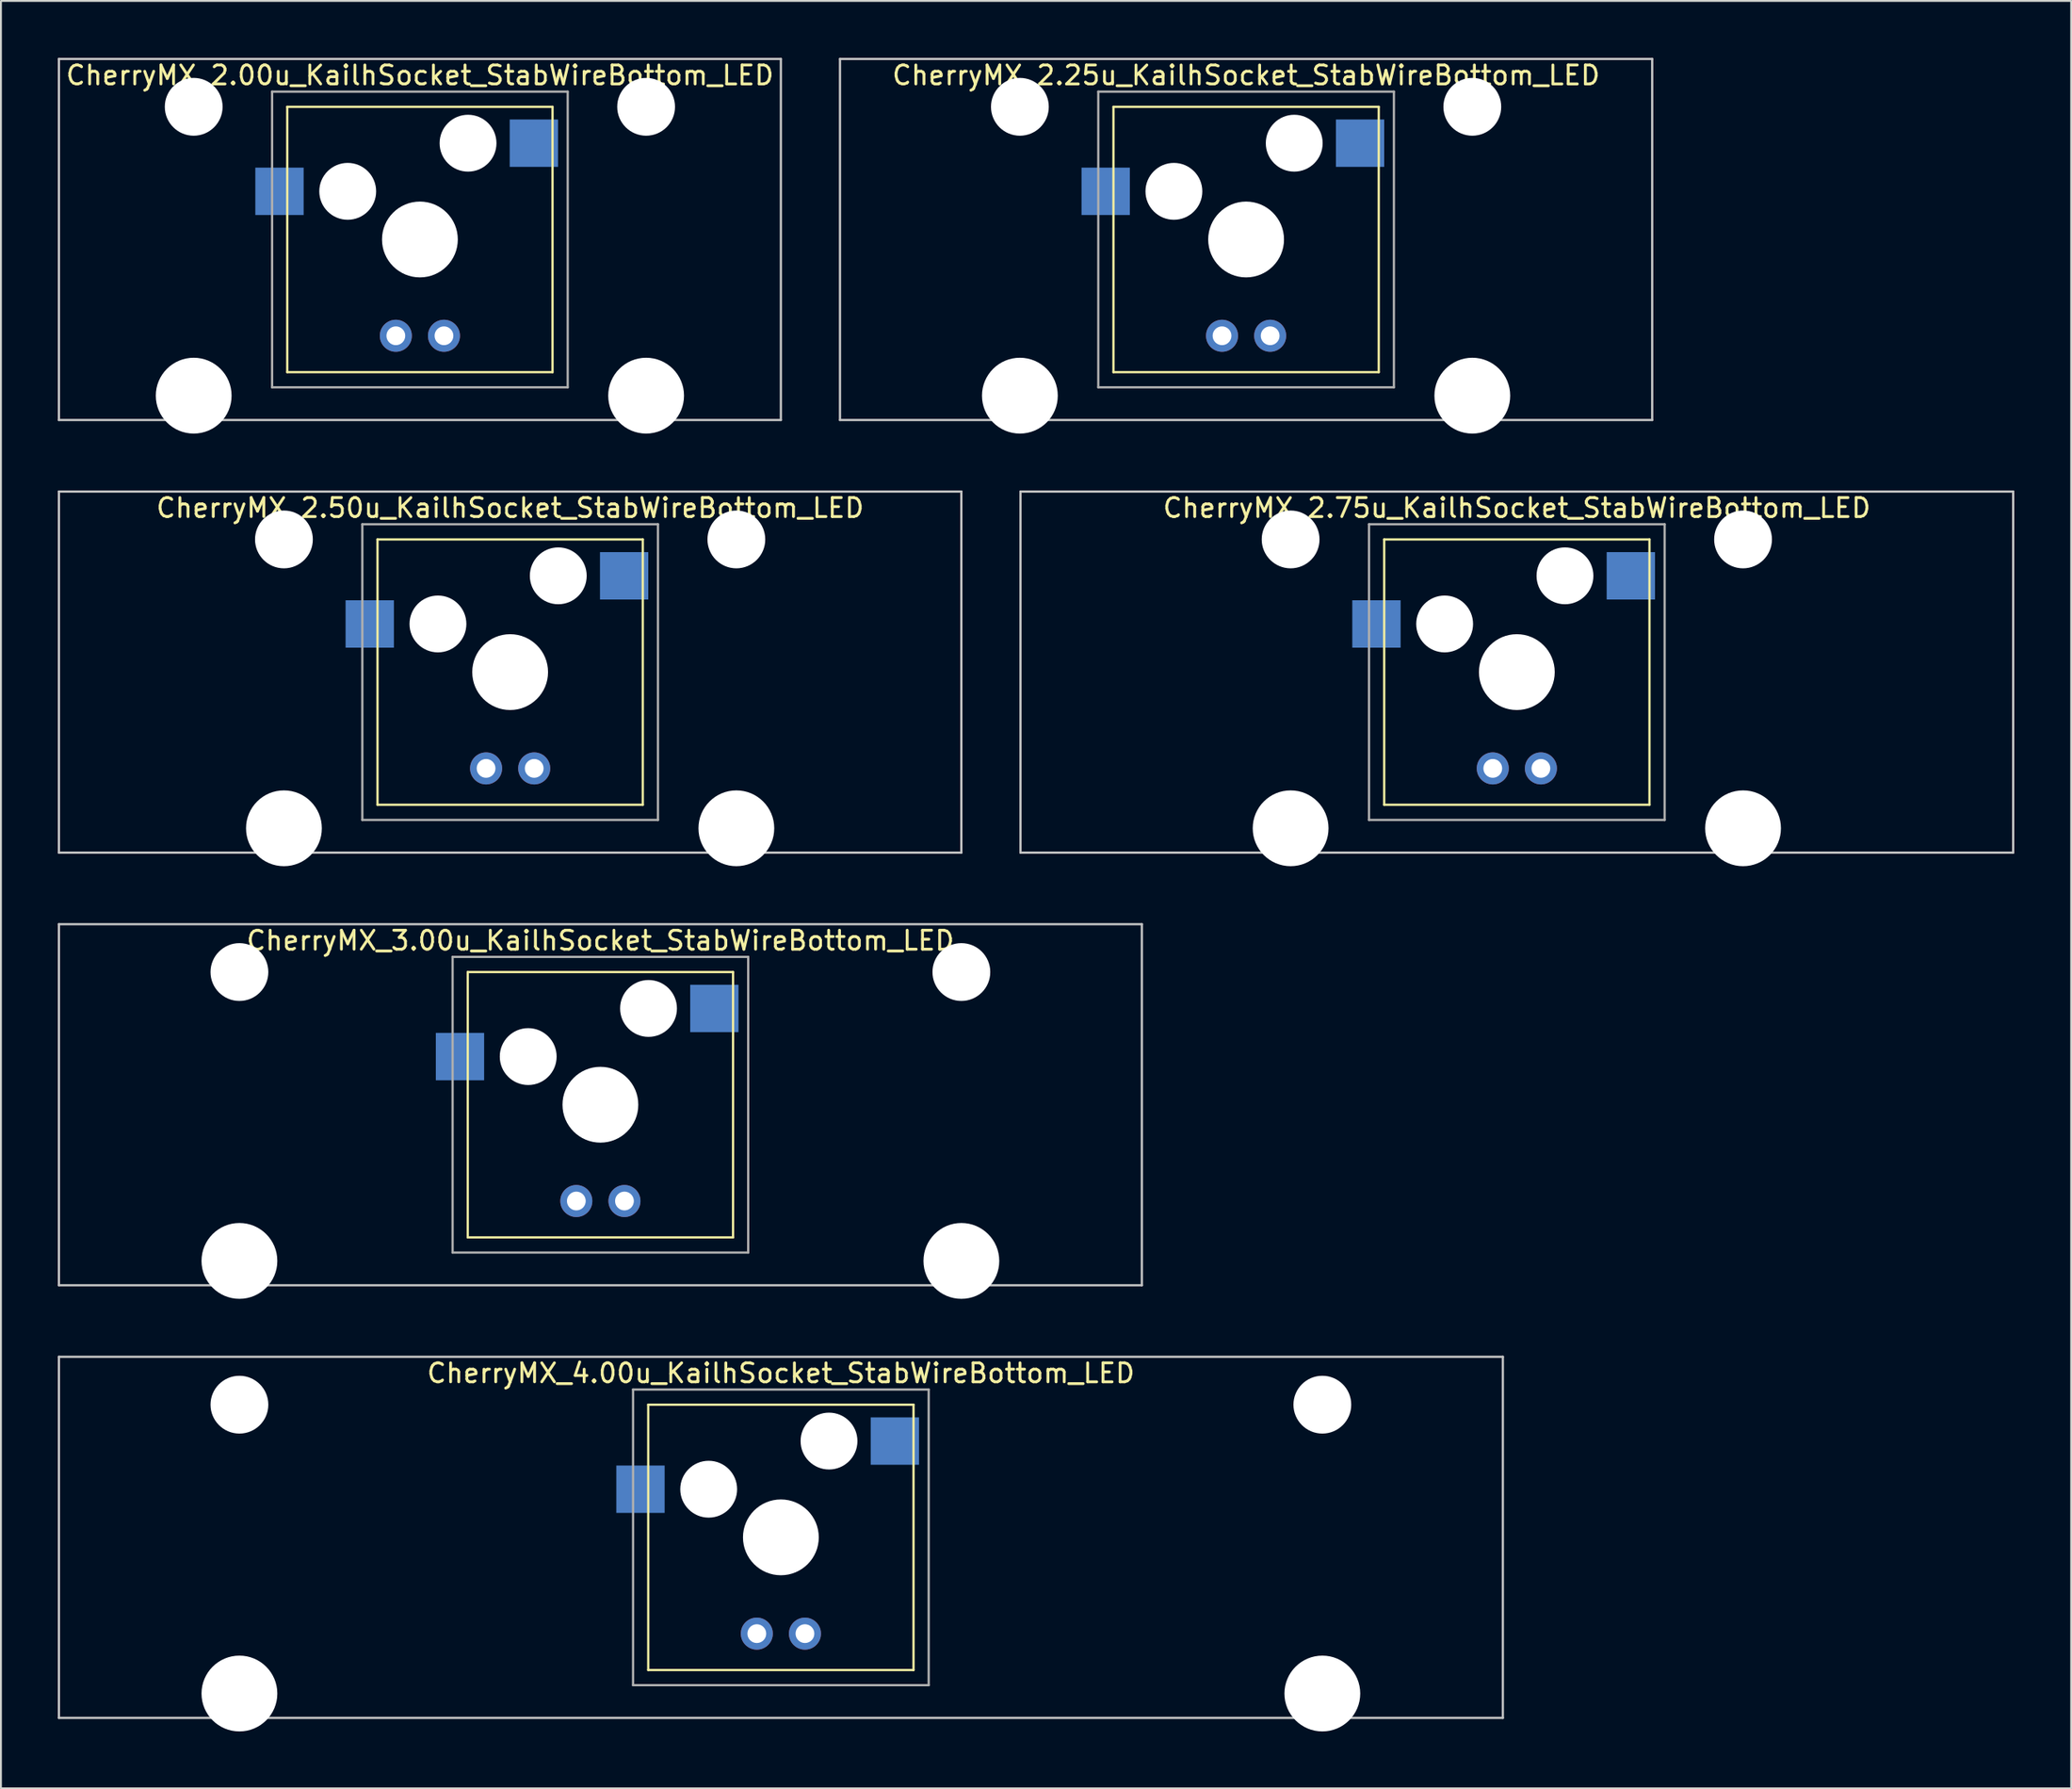
<source format=kicad_pcb>
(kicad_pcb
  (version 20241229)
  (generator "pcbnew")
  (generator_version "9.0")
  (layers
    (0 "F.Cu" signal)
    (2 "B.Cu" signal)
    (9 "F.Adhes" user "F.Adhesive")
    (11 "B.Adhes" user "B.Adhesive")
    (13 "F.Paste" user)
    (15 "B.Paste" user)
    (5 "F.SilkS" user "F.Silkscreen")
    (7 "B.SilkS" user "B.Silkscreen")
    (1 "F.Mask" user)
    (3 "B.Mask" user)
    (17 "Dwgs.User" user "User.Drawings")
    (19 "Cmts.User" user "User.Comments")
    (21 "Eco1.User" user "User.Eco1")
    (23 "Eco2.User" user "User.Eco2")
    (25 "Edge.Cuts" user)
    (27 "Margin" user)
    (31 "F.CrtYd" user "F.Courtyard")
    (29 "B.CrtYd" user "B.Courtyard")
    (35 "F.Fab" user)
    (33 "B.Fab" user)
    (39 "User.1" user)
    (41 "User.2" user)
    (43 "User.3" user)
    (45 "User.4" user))
  (footprint "CherryMX_3.00u_KailhSocket_StabWireBottom_LED"
    (layer "F.Cu")
    (at 28.635 55.235)
    (property "Reference" "CherryMX_3.00u_KailhSocket_StabWireBottom_LED" (at 0 -8.662 0) (layer "F.SilkS") (effects (font (size 1 1) (thickness 0.15))))
    (attr through_hole)
    (fp_line (start -7 -7) (end -7 7) (stroke (width 0.12) (type solid)) (layer "F.SilkS"))
    (fp_line (start -7 -7) (end 7 -7) (stroke (width 0.12) (type solid)) (layer "F.SilkS"))
    (fp_line (start 7 -7) (end 7 7) (stroke (width 0.12) (type solid)) (layer "F.SilkS"))
    (fp_line (start 7 7) (end -7 7) (stroke (width 0.12) (type solid)) (layer "F.SilkS"))
    (fp_line (start -28.575 -9.525) (end 28.575 -9.525) (stroke (width 0.12) (type solid)) (layer "Dwgs.User"))
    (fp_line (start -28.575 9.525) (end -28.575 -9.525) (stroke (width 0.12) (type solid)) (layer "Dwgs.User"))
    (fp_line (start 28.575 -9.525) (end 28.575 9.525) (stroke (width 0.12) (type solid)) (layer "Dwgs.User"))
    (fp_line (start 28.575 9.525) (end -28.575 9.525) (stroke (width 0.12) (type solid)) (layer "Dwgs.User"))
    (fp_line (start -7.8 -7.8) (end -7.8 7.8) (stroke (width 0.12) (type solid)) (layer "F.Fab"))
    (fp_line (start -7.8 -7.8) (end 7.8 -7.8) (stroke (width 0.12) (type solid)) (layer "F.Fab"))
    (fp_line (start -7.8 7.8) (end 7.8 7.8) (stroke (width 0.12) (type solid)) (layer "F.Fab"))
    (fp_line (start 7.8 -7.8) (end 7.8 7.8) (stroke (width 0.12) (type solid)) (layer "F.Fab"))
    (pad "" np_thru_hole circle (at -19.05 -7) (size 3.05 3.05) (drill 3.05) (layers "*.Cu" "*.Mask"))
    (pad "" np_thru_hole circle (at -19.05 8.24) (size 4 4) (drill 4) (layers "*.Cu" "*.Mask"))
    (pad "" np_thru_hole circle (at -3.81 -2.54) (size 3 3) (drill 3) (layers "*.Cu" "*.Mask"))
    (pad "" np_thru_hole circle (at 0 0) (size 4 4) (drill 4) (layers "*.Cu" "*.Mask"))
    (pad "" np_thru_hole circle (at 2.54 -5.08) (size 3 3) (drill 3) (layers "*.Cu" "*.Mask"))
    (pad "" np_thru_hole circle (at 19.05 -7) (size 3.05 3.05) (drill 3.05) (layers "*.Cu" "*.Mask"))
    (pad "" np_thru_hole circle (at 19.05 8.24) (size 4 4) (drill 4) (layers "*.Cu" "*.Mask"))
    (pad "1" smd rect (at -7.41 -2.54) (size 2.55 2.5) (layers "B.Cu" "B.Mask" "B.Paste"))
    (pad "2" smd rect (at 6.015 -5.08) (size 2.55 2.5) (layers "B.Cu" "B.Mask" "B.Paste"))
    (pad "3" thru_hole circle (at -1.27 5.08) (size 1.691 1.691) (drill 0.991) (layers "*.Cu" "*.Mask"))
    (pad "4" thru_hole circle (at 1.27 5.08) (size 1.691 1.691) (drill 0.991) (layers "*.Cu" "*.Mask")))
  (footprint "CherryMX_2.25u_KailhSocket_StabWireBottom_LED"
    (layer "F.Cu")
    (at 62.711 9.585)
    (property "Reference" "CherryMX_2.25u_KailhSocket_StabWireBottom_LED" (at 0 -8.662 0) (layer "F.SilkS") (effects (font (size 1 1) (thickness 0.15))))
    (attr through_hole)
    (fp_line (start -7 -7) (end -7 7) (stroke (width 0.12) (type solid)) (layer "F.SilkS"))
    (fp_line (start -7 -7) (end 7 -7) (stroke (width 0.12) (type solid)) (layer "F.SilkS"))
    (fp_line (start 7 -7) (end 7 7) (stroke (width 0.12) (type solid)) (layer "F.SilkS"))
    (fp_line (start 7 7) (end -7 7) (stroke (width 0.12) (type solid)) (layer "F.SilkS"))
    (fp_line (start -21.431 -9.525) (end 21.431 -9.525) (stroke (width 0.12) (type solid)) (layer "Dwgs.User"))
    (fp_line (start -21.431 9.525) (end -21.431 -9.525) (stroke (width 0.12) (type solid)) (layer "Dwgs.User"))
    (fp_line (start 21.431 -9.525) (end 21.431 9.525) (stroke (width 0.12) (type solid)) (layer "Dwgs.User"))
    (fp_line (start 21.431 9.525) (end -21.431 9.525) (stroke (width 0.12) (type solid)) (layer "Dwgs.User"))
    (fp_line (start -7.8 -7.8) (end -7.8 7.8) (stroke (width 0.12) (type solid)) (layer "F.Fab"))
    (fp_line (start -7.8 -7.8) (end 7.8 -7.8) (stroke (width 0.12) (type solid)) (layer "F.Fab"))
    (fp_line (start -7.8 7.8) (end 7.8 7.8) (stroke (width 0.12) (type solid)) (layer "F.Fab"))
    (fp_line (start 7.8 -7.8) (end 7.8 7.8) (stroke (width 0.12) (type solid)) (layer "F.Fab"))
    (pad "" np_thru_hole circle (at -11.938 -7) (size 3.05 3.05) (drill 3.05) (layers "*.Cu" "*.Mask"))
    (pad "" np_thru_hole circle (at -11.938 8.24) (size 4 4) (drill 4) (layers "*.Cu" "*.Mask"))
    (pad "" np_thru_hole circle (at -3.81 -2.54) (size 3 3) (drill 3) (layers "*.Cu" "*.Mask"))
    (pad "" np_thru_hole circle (at 0 0) (size 4 4) (drill 4) (layers "*.Cu" "*.Mask"))
    (pad "" np_thru_hole circle (at 2.54 -5.08) (size 3 3) (drill 3) (layers "*.Cu" "*.Mask"))
    (pad "" np_thru_hole circle (at 11.938 -7) (size 3.05 3.05) (drill 3.05) (layers "*.Cu" "*.Mask"))
    (pad "" np_thru_hole circle (at 11.938 8.24) (size 4 4) (drill 4) (layers "*.Cu" "*.Mask"))
    (pad "1" smd rect (at -7.41 -2.54) (size 2.55 2.5) (layers "B.Cu" "B.Mask" "B.Paste"))
    (pad "2" smd rect (at 6.015 -5.08) (size 2.55 2.5) (layers "B.Cu" "B.Mask" "B.Paste"))
    (pad "3" thru_hole circle (at -1.27 5.08) (size 1.691 1.691) (drill 0.991) (layers "*.Cu" "*.Mask"))
    (pad "4" thru_hole circle (at 1.27 5.08) (size 1.691 1.691) (drill 0.991) (layers "*.Cu" "*.Mask")))
  (footprint "CherryMX_4.00u_KailhSocket_StabWireBottom_LED"
    (layer "F.Cu")
    (at 38.16 78.06)
    (property "Reference" "CherryMX_4.00u_KailhSocket_StabWireBottom_LED" (at 0 -8.662 0) (layer "F.SilkS") (effects (font (size 1 1) (thickness 0.15))))
    (attr through_hole)
    (fp_line (start -7 -7) (end -7 7) (stroke (width 0.12) (type solid)) (layer "F.SilkS"))
    (fp_line (start -7 -7) (end 7 -7) (stroke (width 0.12) (type solid)) (layer "F.SilkS"))
    (fp_line (start 7 -7) (end 7 7) (stroke (width 0.12) (type solid)) (layer "F.SilkS"))
    (fp_line (start 7 7) (end -7 7) (stroke (width 0.12) (type solid)) (layer "F.SilkS"))
    (fp_line (start -38.1 -9.525) (end 38.1 -9.525) (stroke (width 0.12) (type solid)) (layer "Dwgs.User"))
    (fp_line (start -38.1 9.525) (end -38.1 -9.525) (stroke (width 0.12) (type solid)) (layer "Dwgs.User"))
    (fp_line (start 38.1 -9.525) (end 38.1 9.525) (stroke (width 0.12) (type solid)) (layer "Dwgs.User"))
    (fp_line (start 38.1 9.525) (end -38.1 9.525) (stroke (width 0.12) (type solid)) (layer "Dwgs.User"))
    (fp_line (start -7.8 -7.8) (end -7.8 7.8) (stroke (width 0.12) (type solid)) (layer "F.Fab"))
    (fp_line (start -7.8 -7.8) (end 7.8 -7.8) (stroke (width 0.12) (type solid)) (layer "F.Fab"))
    (fp_line (start -7.8 7.8) (end 7.8 7.8) (stroke (width 0.12) (type solid)) (layer "F.Fab"))
    (fp_line (start 7.8 -7.8) (end 7.8 7.8) (stroke (width 0.12) (type solid)) (layer "F.Fab"))
    (pad "" np_thru_hole circle (at -28.575 -7) (size 3.05 3.05) (drill 3.05) (layers "*.Cu" "*.Mask"))
    (pad "" np_thru_hole circle (at -28.575 8.24) (size 4 4) (drill 4) (layers "*.Cu" "*.Mask"))
    (pad "" np_thru_hole circle (at -3.81 -2.54) (size 3 3) (drill 3) (layers "*.Cu" "*.Mask"))
    (pad "" np_thru_hole circle (at 0 0) (size 4 4) (drill 4) (layers "*.Cu" "*.Mask"))
    (pad "" np_thru_hole circle (at 2.54 -5.08) (size 3 3) (drill 3) (layers "*.Cu" "*.Mask"))
    (pad "" np_thru_hole circle (at 28.575 -7) (size 3.05 3.05) (drill 3.05) (layers "*.Cu" "*.Mask"))
    (pad "" np_thru_hole circle (at 28.575 8.24) (size 4 4) (drill 4) (layers "*.Cu" "*.Mask"))
    (pad "1" smd rect (at -7.41 -2.54) (size 2.55 2.5) (layers "B.Cu" "B.Mask" "B.Paste"))
    (pad "2" smd rect (at 6.015 -5.08) (size 2.55 2.5) (layers "B.Cu" "B.Mask" "B.Paste"))
    (pad "3" thru_hole circle (at -1.27 5.08) (size 1.691 1.691) (drill 0.991) (layers "*.Cu" "*.Mask"))
    (pad "4" thru_hole circle (at 1.27 5.08) (size 1.691 1.691) (drill 0.991) (layers "*.Cu" "*.Mask")))
  (footprint "CherryMX_2.50u_KailhSocket_StabWireBottom_LED"
    (layer "F.Cu")
    (at 23.872 32.41)
    (property "Reference" "CherryMX_2.50u_KailhSocket_StabWireBottom_LED" (at 0 -8.662 0) (layer "F.SilkS") (effects (font (size 1 1) (thickness 0.15))))
    (attr through_hole)
    (fp_line (start -7 -7) (end -7 7) (stroke (width 0.12) (type solid)) (layer "F.SilkS"))
    (fp_line (start -7 -7) (end 7 -7) (stroke (width 0.12) (type solid)) (layer "F.SilkS"))
    (fp_line (start 7 -7) (end 7 7) (stroke (width 0.12) (type solid)) (layer "F.SilkS"))
    (fp_line (start 7 7) (end -7 7) (stroke (width 0.12) (type solid)) (layer "F.SilkS"))
    (fp_line (start -23.812 -9.525) (end 23.812 -9.525) (stroke (width 0.12) (type solid)) (layer "Dwgs.User"))
    (fp_line (start -23.812 9.525) (end -23.812 -9.525) (stroke (width 0.12) (type solid)) (layer "Dwgs.User"))
    (fp_line (start 23.812 -9.525) (end 23.812 9.525) (stroke (width 0.12) (type solid)) (layer "Dwgs.User"))
    (fp_line (start 23.812 9.525) (end -23.812 9.525) (stroke (width 0.12) (type solid)) (layer "Dwgs.User"))
    (fp_line (start -7.8 -7.8) (end -7.8 7.8) (stroke (width 0.12) (type solid)) (layer "F.Fab"))
    (fp_line (start -7.8 -7.8) (end 7.8 -7.8) (stroke (width 0.12) (type solid)) (layer "F.Fab"))
    (fp_line (start -7.8 7.8) (end 7.8 7.8) (stroke (width 0.12) (type solid)) (layer "F.Fab"))
    (fp_line (start 7.8 -7.8) (end 7.8 7.8) (stroke (width 0.12) (type solid)) (layer "F.Fab"))
    (pad "" np_thru_hole circle (at -11.938 -7) (size 3.05 3.05) (drill 3.05) (layers "*.Cu" "*.Mask"))
    (pad "" np_thru_hole circle (at -11.938 8.24) (size 4 4) (drill 4) (layers "*.Cu" "*.Mask"))
    (pad "" np_thru_hole circle (at -3.81 -2.54) (size 3 3) (drill 3) (layers "*.Cu" "*.Mask"))
    (pad "" np_thru_hole circle (at 0 0) (size 4 4) (drill 4) (layers "*.Cu" "*.Mask"))
    (pad "" np_thru_hole circle (at 2.54 -5.08) (size 3 3) (drill 3) (layers "*.Cu" "*.Mask"))
    (pad "" np_thru_hole circle (at 11.938 -7) (size 3.05 3.05) (drill 3.05) (layers "*.Cu" "*.Mask"))
    (pad "" np_thru_hole circle (at 11.938 8.24) (size 4 4) (drill 4) (layers "*.Cu" "*.Mask"))
    (pad "1" smd rect (at -7.41 -2.54) (size 2.55 2.5) (layers "B.Cu" "B.Mask" "B.Paste"))
    (pad "2" smd rect (at 6.015 -5.08) (size 2.55 2.5) (layers "B.Cu" "B.Mask" "B.Paste"))
    (pad "3" thru_hole circle (at -1.27 5.08) (size 1.691 1.691) (drill 0.991) (layers "*.Cu" "*.Mask"))
    (pad "4" thru_hole circle (at 1.27 5.08) (size 1.691 1.691) (drill 0.991) (layers "*.Cu" "*.Mask")))
  (footprint "CherryMX_2.75u_KailhSocket_StabWireBottom_LED"
    (layer "F.Cu")
    (at 76.999 32.41)
    (property "Reference" "CherryMX_2.75u_KailhSocket_StabWireBottom_LED" (at 0 -8.662 0) (layer "F.SilkS") (effects (font (size 1 1) (thickness 0.15))))
    (attr through_hole)
    (fp_line (start -7 -7) (end -7 7) (stroke (width 0.12) (type solid)) (layer "F.SilkS"))
    (fp_line (start -7 -7) (end 7 -7) (stroke (width 0.12) (type solid)) (layer "F.SilkS"))
    (fp_line (start 7 -7) (end 7 7) (stroke (width 0.12) (type solid)) (layer "F.SilkS"))
    (fp_line (start 7 7) (end -7 7) (stroke (width 0.12) (type solid)) (layer "F.SilkS"))
    (fp_line (start -26.194 -9.525) (end 26.194 -9.525) (stroke (width 0.12) (type solid)) (layer "Dwgs.User"))
    (fp_line (start -26.194 9.525) (end -26.194 -9.525) (stroke (width 0.12) (type solid)) (layer "Dwgs.User"))
    (fp_line (start 26.194 -9.525) (end 26.194 9.525) (stroke (width 0.12) (type solid)) (layer "Dwgs.User"))
    (fp_line (start 26.194 9.525) (end -26.194 9.525) (stroke (width 0.12) (type solid)) (layer "Dwgs.User"))
    (fp_line (start -7.8 -7.8) (end -7.8 7.8) (stroke (width 0.12) (type solid)) (layer "F.Fab"))
    (fp_line (start -7.8 -7.8) (end 7.8 -7.8) (stroke (width 0.12) (type solid)) (layer "F.Fab"))
    (fp_line (start -7.8 7.8) (end 7.8 7.8) (stroke (width 0.12) (type solid)) (layer "F.Fab"))
    (fp_line (start 7.8 -7.8) (end 7.8 7.8) (stroke (width 0.12) (type solid)) (layer "F.Fab"))
    (pad "" np_thru_hole circle (at -11.938 -7) (size 3.05 3.05) (drill 3.05) (layers "*.Cu" "*.Mask"))
    (pad "" np_thru_hole circle (at -11.938 8.24) (size 4 4) (drill 4) (layers "*.Cu" "*.Mask"))
    (pad "" np_thru_hole circle (at -3.81 -2.54) (size 3 3) (drill 3) (layers "*.Cu" "*.Mask"))
    (pad "" np_thru_hole circle (at 0 0) (size 4 4) (drill 4) (layers "*.Cu" "*.Mask"))
    (pad "" np_thru_hole circle (at 2.54 -5.08) (size 3 3) (drill 3) (layers "*.Cu" "*.Mask"))
    (pad "" np_thru_hole circle (at 11.938 -7) (size 3.05 3.05) (drill 3.05) (layers "*.Cu" "*.Mask"))
    (pad "" np_thru_hole circle (at 11.938 8.24) (size 4 4) (drill 4) (layers "*.Cu" "*.Mask"))
    (pad "1" smd rect (at -7.41 -2.54) (size 2.55 2.5) (layers "B.Cu" "B.Mask" "B.Paste"))
    (pad "2" smd rect (at 6.015 -5.08) (size 2.55 2.5) (layers "B.Cu" "B.Mask" "B.Paste"))
    (pad "3" thru_hole circle (at -1.27 5.08) (size 1.691 1.691) (drill 0.991) (layers "*.Cu" "*.Mask"))
    (pad "4" thru_hole circle (at 1.27 5.08) (size 1.691 1.691) (drill 0.991) (layers "*.Cu" "*.Mask")))
  (footprint "CherryMX_2.00u_KailhSocket_StabWireBottom_LED"
    (layer "F.Cu")
    (at 19.11 9.585)
    (property "Reference" "CherryMX_2.00u_KailhSocket_StabWireBottom_LED" (at 0 -8.662 0) (layer "F.SilkS") (effects (font (size 1 1) (thickness 0.15))))
    (attr through_hole)
    (fp_line (start -7 -7) (end -7 7) (stroke (width 0.12) (type solid)) (layer "F.SilkS"))
    (fp_line (start -7 -7) (end 7 -7) (stroke (width 0.12) (type solid)) (layer "F.SilkS"))
    (fp_line (start 7 -7) (end 7 7) (stroke (width 0.12) (type solid)) (layer "F.SilkS"))
    (fp_line (start 7 7) (end -7 7) (stroke (width 0.12) (type solid)) (layer "F.SilkS"))
    (fp_line (start -19.05 -9.525) (end 19.05 -9.525) (stroke (width 0.12) (type solid)) (layer "Dwgs.User"))
    (fp_line (start -19.05 9.525) (end -19.05 -9.525) (stroke (width 0.12) (type solid)) (layer "Dwgs.User"))
    (fp_line (start 19.05 -9.525) (end 19.05 9.525) (stroke (width 0.12) (type solid)) (layer "Dwgs.User"))
    (fp_line (start 19.05 9.525) (end -19.05 9.525) (stroke (width 0.12) (type solid)) (layer "Dwgs.User"))
    (fp_line (start -7.8 -7.8) (end -7.8 7.8) (stroke (width 0.12) (type solid)) (layer "F.Fab"))
    (fp_line (start -7.8 -7.8) (end 7.8 -7.8) (stroke (width 0.12) (type solid)) (layer "F.Fab"))
    (fp_line (start -7.8 7.8) (end 7.8 7.8) (stroke (width 0.12) (type solid)) (layer "F.Fab"))
    (fp_line (start 7.8 -7.8) (end 7.8 7.8) (stroke (width 0.12) (type solid)) (layer "F.Fab"))
    (pad "" np_thru_hole circle (at -11.938 -7) (size 3.05 3.05) (drill 3.05) (layers "*.Cu" "*.Mask"))
    (pad "" np_thru_hole circle (at -11.938 8.24) (size 4 4) (drill 4) (layers "*.Cu" "*.Mask"))
    (pad "" np_thru_hole circle (at -3.81 -2.54) (size 3 3) (drill 3) (layers "*.Cu" "*.Mask"))
    (pad "" np_thru_hole circle (at 0 0) (size 4 4) (drill 4) (layers "*.Cu" "*.Mask"))
    (pad "" np_thru_hole circle (at 2.54 -5.08) (size 3 3) (drill 3) (layers "*.Cu" "*.Mask"))
    (pad "" np_thru_hole circle (at 11.938 -7) (size 3.05 3.05) (drill 3.05) (layers "*.Cu" "*.Mask"))
    (pad "" np_thru_hole circle (at 11.938 8.24) (size 4 4) (drill 4) (layers "*.Cu" "*.Mask"))
    (pad "1" smd rect (at -7.41 -2.54) (size 2.55 2.5) (layers "B.Cu" "B.Mask" "B.Paste"))
    (pad "2" smd rect (at 6.015 -5.08) (size 2.55 2.5) (layers "B.Cu" "B.Mask" "B.Paste"))
    (pad "3" thru_hole circle (at -1.27 5.08) (size 1.691 1.691) (drill 0.991) (layers "*.Cu" "*.Mask"))
    (pad "4" thru_hole circle (at 1.27 5.08) (size 1.691 1.691) (drill 0.991) (layers "*.Cu" "*.Mask")))
  (gr_rect
    (start -3 -3)
    (end 106.252 91.3)
    (stroke (width 0.1) (type default))
    (fill no)
    (layer "Edge.Cuts")))
</source>
